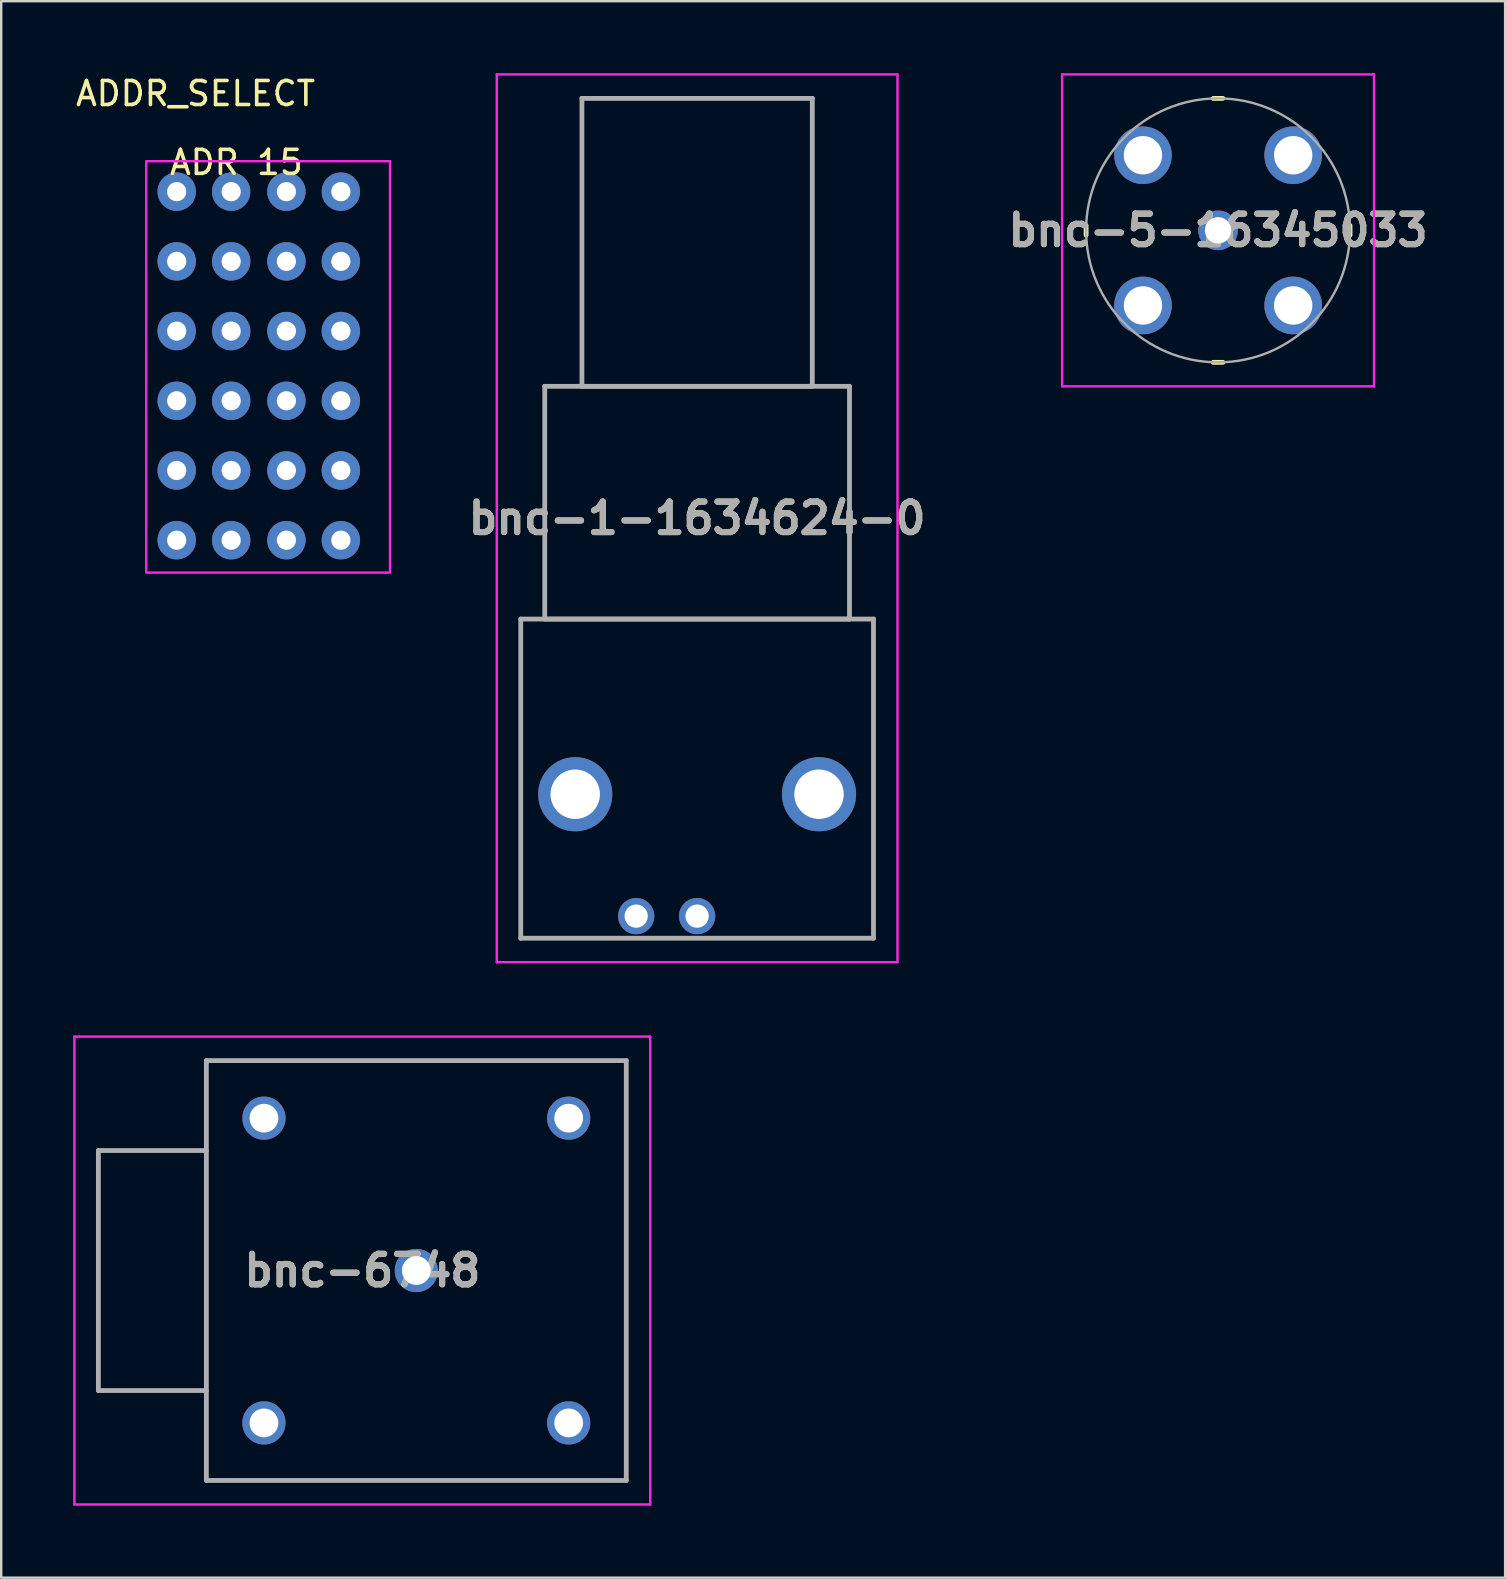
<source format=kicad_pcb>
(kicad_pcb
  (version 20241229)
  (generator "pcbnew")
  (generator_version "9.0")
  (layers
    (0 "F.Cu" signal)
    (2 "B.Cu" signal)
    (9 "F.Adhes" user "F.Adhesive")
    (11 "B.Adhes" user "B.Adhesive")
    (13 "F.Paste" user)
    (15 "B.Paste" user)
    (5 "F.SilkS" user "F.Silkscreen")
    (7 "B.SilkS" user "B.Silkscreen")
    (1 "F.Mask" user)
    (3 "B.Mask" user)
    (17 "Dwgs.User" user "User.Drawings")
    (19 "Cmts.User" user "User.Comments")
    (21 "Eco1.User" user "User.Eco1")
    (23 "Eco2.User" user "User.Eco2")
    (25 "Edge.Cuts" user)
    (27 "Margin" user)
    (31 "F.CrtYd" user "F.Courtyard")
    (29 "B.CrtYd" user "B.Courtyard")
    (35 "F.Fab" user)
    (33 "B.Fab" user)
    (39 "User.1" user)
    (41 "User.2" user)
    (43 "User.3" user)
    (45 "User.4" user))
  (footprint "bnc-6748"
    (layer "F.Cu")
    (at 14.3 49.9)
    (property "Reference" "bnc-6748" (at -2.25 0 0) (layer "F.SilkS") (effects (font (size 1.27 1.27) (thickness 0.254))))
    (attr through_hole)
    (fp_line (start -13.25 -5) (end -13.25 5) (stroke (width 0.1) (type solid)) (layer "F.SilkS"))
    (fp_line (start -13.25 5) (end -8.75 5) (stroke (width 0.1) (type solid)) (layer "F.SilkS"))
    (fp_line (start -8.75 -8.75) (end 8.75 -8.75) (stroke (width 0.1) (type solid)) (layer "F.SilkS"))
    (fp_line (start -8.75 -5) (end -13.25 -5) (stroke (width 0.1) (type solid)) (layer "F.SilkS"))
    (fp_line (start -8.75 8.75) (end -8.75 -8.75) (stroke (width 0.1) (type solid)) (layer "F.SilkS"))
    (fp_line (start 8.75 -8.75) (end 8.75 8.75) (stroke (width 0.1) (type solid)) (layer "F.SilkS"))
    (fp_line (start 8.75 8.75) (end -8.75 8.75) (stroke (width 0.1) (type solid)) (layer "F.SilkS"))
    (fp_line (start -14.25 -9.75) (end 9.75 -9.75) (stroke (width 0.1) (type solid)) (layer "F.CrtYd"))
    (fp_line (start -14.25 9.75) (end -14.25 -9.75) (stroke (width 0.1) (type solid)) (layer "F.CrtYd"))
    (fp_line (start 9.75 -9.75) (end 9.75 9.75) (stroke (width 0.1) (type solid)) (layer "F.CrtYd"))
    (fp_line (start 9.75 9.75) (end -14.25 9.75) (stroke (width 0.1) (type solid)) (layer "F.CrtYd"))
    (fp_line (start -13.25 -5) (end -13.25 5) (stroke (width 0.2) (type solid)) (layer "F.Fab"))
    (fp_line (start -13.25 5) (end -8.75 5) (stroke (width 0.2) (type solid)) (layer "F.Fab"))
    (fp_line (start -8.75 -8.75) (end 8.75 -8.75) (stroke (width 0.2) (type solid)) (layer "F.Fab"))
    (fp_line (start -8.75 -5) (end -13.25 -5) (stroke (width 0.2) (type solid)) (layer "F.Fab"))
    (fp_line (start -8.75 8.75) (end -8.75 -8.75) (stroke (width 0.2) (type solid)) (layer "F.Fab"))
    (fp_line (start 8.75 -8.75) (end 8.75 8.75) (stroke (width 0.2) (type solid)) (layer "F.Fab"))
    (fp_line (start 8.75 8.75) (end -8.75 8.75) (stroke (width 0.2) (type solid)) (layer "F.Fab"))
    (fp_text user "${REFERENCE}" (at -2.25 0 0) (layer "F.Fab") (effects (font (size 1.27 1.27) (thickness 0.254))))
    (pad "1" thru_hole circle (at 0 0) (size 1.8 1.8) (drill 1.2) (layers "*.Cu" "*.Mask"))
    (pad "2" thru_hole circle (at -6.35 -6.35) (size 1.8 1.8) (drill 1.2) (layers "*.Cu" "*.Mask"))
    (pad "3" thru_hole circle (at -6.35 6.35) (size 1.8 1.8) (drill 1.2) (layers "*.Cu" "*.Mask"))
    (pad "4" thru_hole circle (at 6.35 6.35) (size 1.8 1.8) (drill 1.2) (layers "*.Cu" "*.Mask"))
    (pad "5" thru_hole circle (at 6.35 -6.35) (size 1.8 1.8) (drill 1.2) (layers "*.Cu" "*.Mask")))
  (footprint "bnc-1-1634624-0"
    (layer "F.Cu")
    (at 26.003 35.13)
    (property "Reference" "bnc-1-1634624-0" (at 0 -16.58 0) (layer "F.SilkS") (effects (font (size 1.27 1.27) (thickness 0.254))))
    (attr through_hole)
    (fp_line (start -7.35 -12.38) (end 7.35 -12.38) (stroke (width 0.1) (type solid)) (layer "F.SilkS"))
    (fp_line (start -7.35 0.92) (end -7.35 -12.38) (stroke (width 0.1) (type solid)) (layer "F.SilkS"))
    (fp_line (start 7.35 -12.38) (end 7.35 0.92) (stroke (width 0.1) (type solid)) (layer "F.SilkS"))
    (fp_line (start 7.35 0.92) (end -7.35 0.92) (stroke (width 0.1) (type solid)) (layer "F.SilkS"))
    (fp_line (start -8.35 -35.08) (end 8.35 -35.08) (stroke (width 0.1) (type solid)) (layer "F.CrtYd"))
    (fp_line (start -8.35 1.92) (end -8.35 -35.08) (stroke (width 0.1) (type solid)) (layer "F.CrtYd"))
    (fp_line (start 8.35 -35.08) (end 8.35 1.92) (stroke (width 0.1) (type solid)) (layer "F.CrtYd"))
    (fp_line (start 8.35 1.92) (end -8.35 1.92) (stroke (width 0.1) (type solid)) (layer "F.CrtYd"))
    (fp_line (start -7.35 -12.38) (end 7.35 -12.38) (stroke (width 0.2) (type solid)) (layer "F.Fab"))
    (fp_line (start -7.35 0.92) (end -7.35 -12.38) (stroke (width 0.2) (type solid)) (layer "F.Fab"))
    (fp_line (start -6.35 -22.08) (end 6.35 -22.08) (stroke (width 0.2) (type solid)) (layer "F.Fab"))
    (fp_line (start -6.35 -12.38) (end -6.35 -22.08) (stroke (width 0.2) (type solid)) (layer "F.Fab"))
    (fp_line (start -4.8 -34.08) (end 4.8 -34.08) (stroke (width 0.2) (type solid)) (layer "F.Fab"))
    (fp_line (start -4.8 -22.08) (end -4.8 -34.08) (stroke (width 0.2) (type solid)) (layer "F.Fab"))
    (fp_line (start 4.8 -34.08) (end 4.8 -22.08) (stroke (width 0.2) (type solid)) (layer "F.Fab"))
    (fp_line (start 4.8 -22.08) (end -4.8 -22.08) (stroke (width 0.2) (type solid)) (layer "F.Fab"))
    (fp_line (start 6.35 -22.08) (end 6.35 -12.38) (stroke (width 0.2) (type solid)) (layer "F.Fab"))
    (fp_line (start 6.35 -12.38) (end -6.35 -12.38) (stroke (width 0.2) (type solid)) (layer "F.Fab"))
    (fp_line (start 7.35 -12.38) (end 7.35 0.92) (stroke (width 0.2) (type solid)) (layer "F.Fab"))
    (fp_line (start 7.35 0.92) (end -7.35 0.92) (stroke (width 0.2) (type solid)) (layer "F.Fab"))
    (fp_text user "${REFERENCE}" (at 0 -16.58 0) (layer "F.Fab") (effects (font (size 1.27 1.27) (thickness 0.254))))
    (pad "1" thru_hole circle (at 0 0) (size 1.509 1.509) (drill 0.97) (layers "*.Cu" "*.Mask"))
    (pad "2" thru_hole circle (at -2.54 0) (size 1.509 1.509) (drill 0.97) (layers "*.Cu" "*.Mask"))
    (pad "MH1" thru_hole circle (at -5.08 -5.08) (size 3.09 3.09) (drill 2.06) (layers "*.Cu" "*.Mask"))
    (pad "MH2" thru_hole circle (at 5.08 -5.08) (size 3.09 3.09) (drill 2.06) (layers "*.Cu" "*.Mask")))
  (footprint "ADDR_SELECT"
    (layer "F.Cu")
    (at 4.314 4.938)
    (property "Reference" "ADDR_SELECT" (at 0.787 -4.089 0) (layer "F.SilkS") (effects (font (size 1 1) (thickness 0.15))))
    (attr through_hole)
    (fp_poly (pts (xy 8.89 15.875) (xy -1.27 15.875) (xy -1.27 -1.27) (xy 8.89 -1.27)) (stroke (width 0.1) (type solid)) (fill no) (layer "F.CrtYd"))
    (fp_text user "ADR 15" (at 2.489 -1.219 0) (layer "F.SilkS") (effects (font (size 1 1) (thickness 0.15))))
    (pad "1" thru_hole oval (at 0 0) (size 1.6 1.6) (drill 0.8) (layers "*.Cu" "*.Mask"))
    (pad "2" thru_hole oval (at 0 2.905) (size 1.6 1.6) (drill 0.8) (layers "*.Cu" "*.Mask"))
    (pad "3" thru_hole oval (at 0 5.81) (size 1.6 1.6) (drill 0.8) (layers "*.Cu" "*.Mask"))
    (pad "4" thru_hole oval (at 0 8.715) (size 1.6 1.6) (drill 0.8) (layers "*.Cu" "*.Mask"))
    (pad "5" thru_hole oval (at 0 11.62) (size 1.6 1.6) (drill 0.8) (layers "*.Cu" "*.Mask"))
    (pad "6" thru_hole oval (at 0 14.525) (size 1.6 1.6) (drill 0.8) (layers "*.Cu" "*.Mask"))
    (pad "7" thru_hole oval (at 2.27 0) (size 1.6 1.6) (drill 0.8) (layers "*.Cu" "*.Mask"))
    (pad "8" thru_hole oval (at 2.27 2.905) (size 1.6 1.6) (drill 0.8) (layers "*.Cu" "*.Mask"))
    (pad "9" thru_hole oval (at 2.27 5.81) (size 1.6 1.6) (drill 0.8) (layers "*.Cu" "*.Mask"))
    (pad "10" thru_hole oval (at 2.27 8.715) (size 1.6 1.6) (drill 0.8) (layers "*.Cu" "*.Mask"))
    (pad "11" thru_hole oval (at 2.27 11.62) (size 1.6 1.6) (drill 0.8) (layers "*.Cu" "*.Mask"))
    (pad "12" thru_hole oval (at 2.27 14.525) (size 1.6 1.6) (drill 0.8) (layers "*.Cu" "*.Mask"))
    (pad "13" thru_hole oval (at 4.572 0) (size 1.6 1.6) (drill 0.8) (layers "*.Cu" "*.Mask"))
    (pad "14" thru_hole oval (at 4.572 2.905) (size 1.6 1.6) (drill 0.8) (layers "*.Cu" "*.Mask"))
    (pad "15" thru_hole oval (at 4.572 5.81) (size 1.6 1.6) (drill 0.8) (layers "*.Cu" "*.Mask"))
    (pad "16" thru_hole oval (at 4.572 8.715) (size 1.6 1.6) (drill 0.8) (layers "*.Cu" "*.Mask"))
    (pad "17" thru_hole oval (at 4.572 11.62) (size 1.6 1.6) (drill 0.8) (layers "*.Cu" "*.Mask"))
    (pad "18" thru_hole oval (at 4.572 14.525) (size 1.6 1.6) (drill 0.8) (layers "*.Cu" "*.Mask"))
    (pad "19" thru_hole oval (at 6.842 0) (size 1.6 1.6) (drill 0.8) (layers "*.Cu" "*.Mask"))
    (pad "20" thru_hole oval (at 6.842 2.905) (size 1.6 1.6) (drill 0.8) (layers "*.Cu" "*.Mask"))
    (pad "21" thru_hole oval (at 6.842 5.81) (size 1.6 1.6) (drill 0.8) (layers "*.Cu" "*.Mask"))
    (pad "22" thru_hole oval (at 6.842 8.715) (size 1.6 1.6) (drill 0.8) (layers "*.Cu" "*.Mask"))
    (pad "23" thru_hole oval (at 6.842 11.62) (size 1.6 1.6) (drill 0.8) (layers "*.Cu" "*.Mask"))
    (pad "24" thru_hole oval (at 6.842 14.525) (size 1.6 1.6) (drill 0.8) (layers "*.Cu" "*.Mask")))
  (footprint "bnc-5-16345033"
    (layer "F.Cu")
    (at 47.714 6.55)
    (property "Reference" "bnc-5-16345033" (at 0 0 0) (layer "F.SilkS") (effects (font (size 1.27 1.27) (thickness 0.254))))
    (attr through_hole)
    (fp_line (start -5.5 -0.2) (end -5.5 0.2) (stroke (width 0.2) (type solid)) (layer "F.SilkS"))
    (fp_line (start -0.2 -5.5) (end 0.2 -5.5) (stroke (width 0.2) (type solid)) (layer "F.SilkS"))
    (fp_line (start -0.2 5.5) (end 0.2 5.5) (stroke (width 0.2) (type solid)) (layer "F.SilkS"))
    (fp_line (start 5.5 -0.2) (end 5.5 0.2) (stroke (width 0.2) (type solid)) (layer "F.SilkS"))
    (fp_line (start -6.5 -6.5) (end 6.5 -6.5) (stroke (width 0.1) (type solid)) (layer "F.CrtYd"))
    (fp_line (start -6.5 6.5) (end -6.5 -6.5) (stroke (width 0.1) (type solid)) (layer "F.CrtYd"))
    (fp_line (start 6.5 -6.5) (end 6.5 6.5) (stroke (width 0.1) (type solid)) (layer "F.CrtYd"))
    (fp_line (start 6.5 6.5) (end -6.5 6.5) (stroke (width 0.1) (type solid)) (layer "F.CrtYd"))
    (fp_line (start -5.5 0) (end -5.5 0) (stroke (width 0.1) (type solid)) (layer "F.Fab"))
    (fp_line (start 5.5 0) (end 5.5 0) (stroke (width 0.1) (type solid)) (layer "F.Fab"))
    (fp_arc (start -5.5 0) (mid 0 -5.5) (end 5.5 0) (stroke (width 0.1) (type solid)) (layer "F.Fab"))
    (fp_arc (start 5.5 0) (mid 0 5.5) (end -5.5 0) (stroke (width 0.1) (type solid)) (layer "F.Fab"))
    (fp_text user "${REFERENCE}" (at 0 0 0) (layer "F.Fab") (effects (font (size 1.27 1.27) (thickness 0.254))))
    (pad "1" thru_hole circle (at 0 0) (size 1.65 1.65) (drill 1.1) (layers "*.Cu" "*.Mask"))
    (pad "2" thru_hole circle (at -3.13 -3.13) (size 2.4 2.4) (drill 1.6) (layers "*.Cu" "*.Mask"))
    (pad "2" thru_hole circle (at -3.13 3.13) (size 2.4 2.4) (drill 1.6) (layers "*.Cu" "*.Mask"))
    (pad "2" thru_hole circle (at 3.13 -3.13) (size 2.4 2.4) (drill 1.6) (layers "*.Cu" "*.Mask"))
    (pad "4" thru_hole circle (at 3.13 3.13) (size 2.4 2.4) (drill 1.6) (layers "*.Cu" "*.Mask")))
  (gr_rect
    (start -3 -3)
    (end 59.676 62.7)
    (stroke (width 0.1) (type default))
    (fill no)
    (layer "Edge.Cuts")))
</source>
